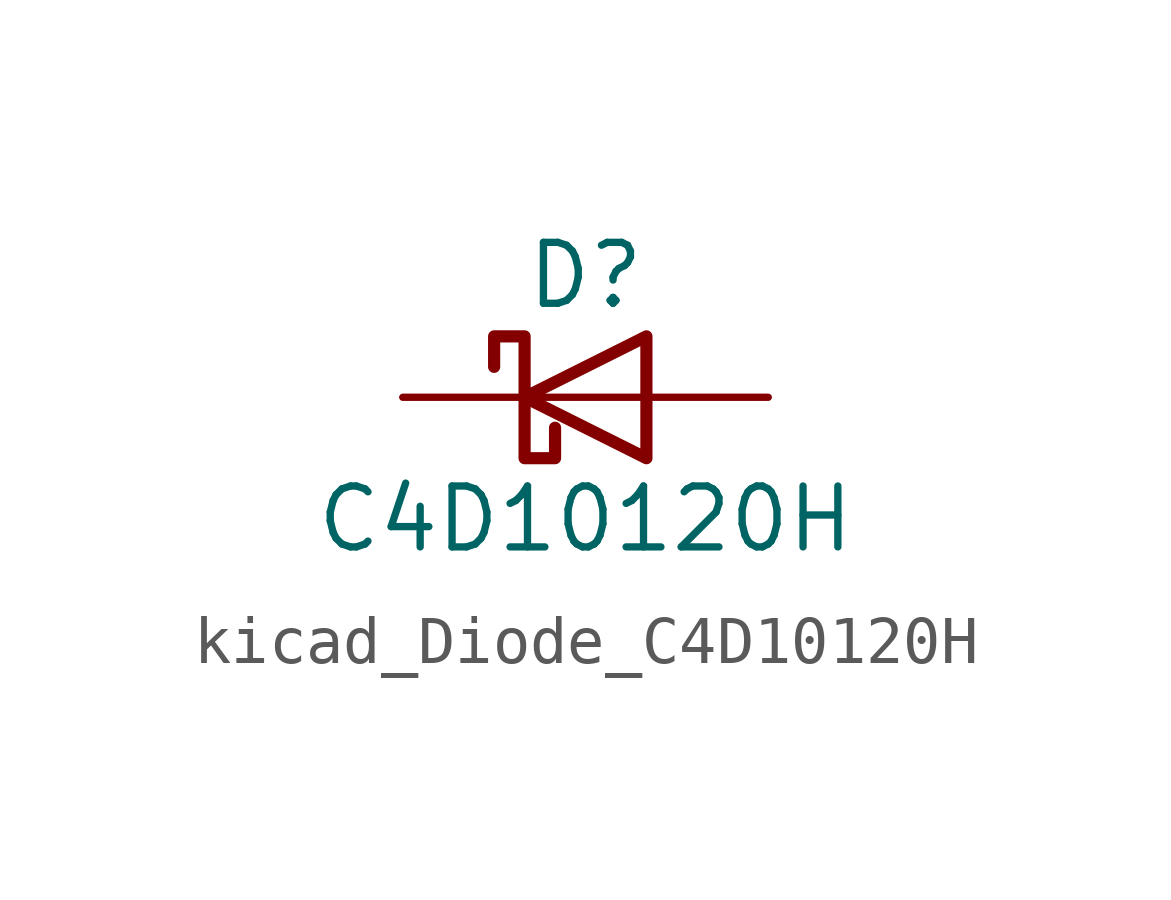
<source format=kicad_sym>
(kicad_symbol_lib
  (version 20220914)
  (generator kicad_symbol_editor)
  (symbol "kicad_Diode_C4D10120H"
    (pin_numbers hide)
    (pin_names
      (offset 1.016) hide)
    (property "Reference" "D"
      (at 0 2.54 0)
      (effects (font (size 1.27 1.27))))
    (property "Value" "C4D10120H"
      (at 0 -2.54 0)
      (effects (font (size 1.27 1.27))))
    (symbol "kicad_Diode_C4D10120H_0_1"
      (polyline (pts (xy 1.27 0) (xy -1.27 0)) (stroke (width 0) (type default)) (fill (type none)))
      (polyline (pts (xy 1.27 1.27) (xy 1.27 -1.27) (xy -1.27 0) (xy 1.27 1.27)) (stroke (width 0.254) (type default)) (fill (type none)))
      (polyline (pts (xy -1.905 0.635) (xy -1.905 1.27) (xy -1.27 1.27) (xy -1.27 -1.27) (xy -0.635 -1.27) (xy -0.635 -0.635)) (stroke (width 0.254) (type default)) (fill (type none))))
    (symbol "kicad_Diode_C4D10120H_1_1"
      (pin passive line (at -3.81 0 0) (length 2.54) (name "K" (effects (font (size 1.27 1.27)))) (number "1" (effects (font (size 1.27 1.27)))))
      (pin passive line (at 3.81 0 180) (length 2.54) (name "A" (effects (font (size 1.27 1.27)))) (number "2" (effects (font (size 1.27 1.27))))))))
</source>
